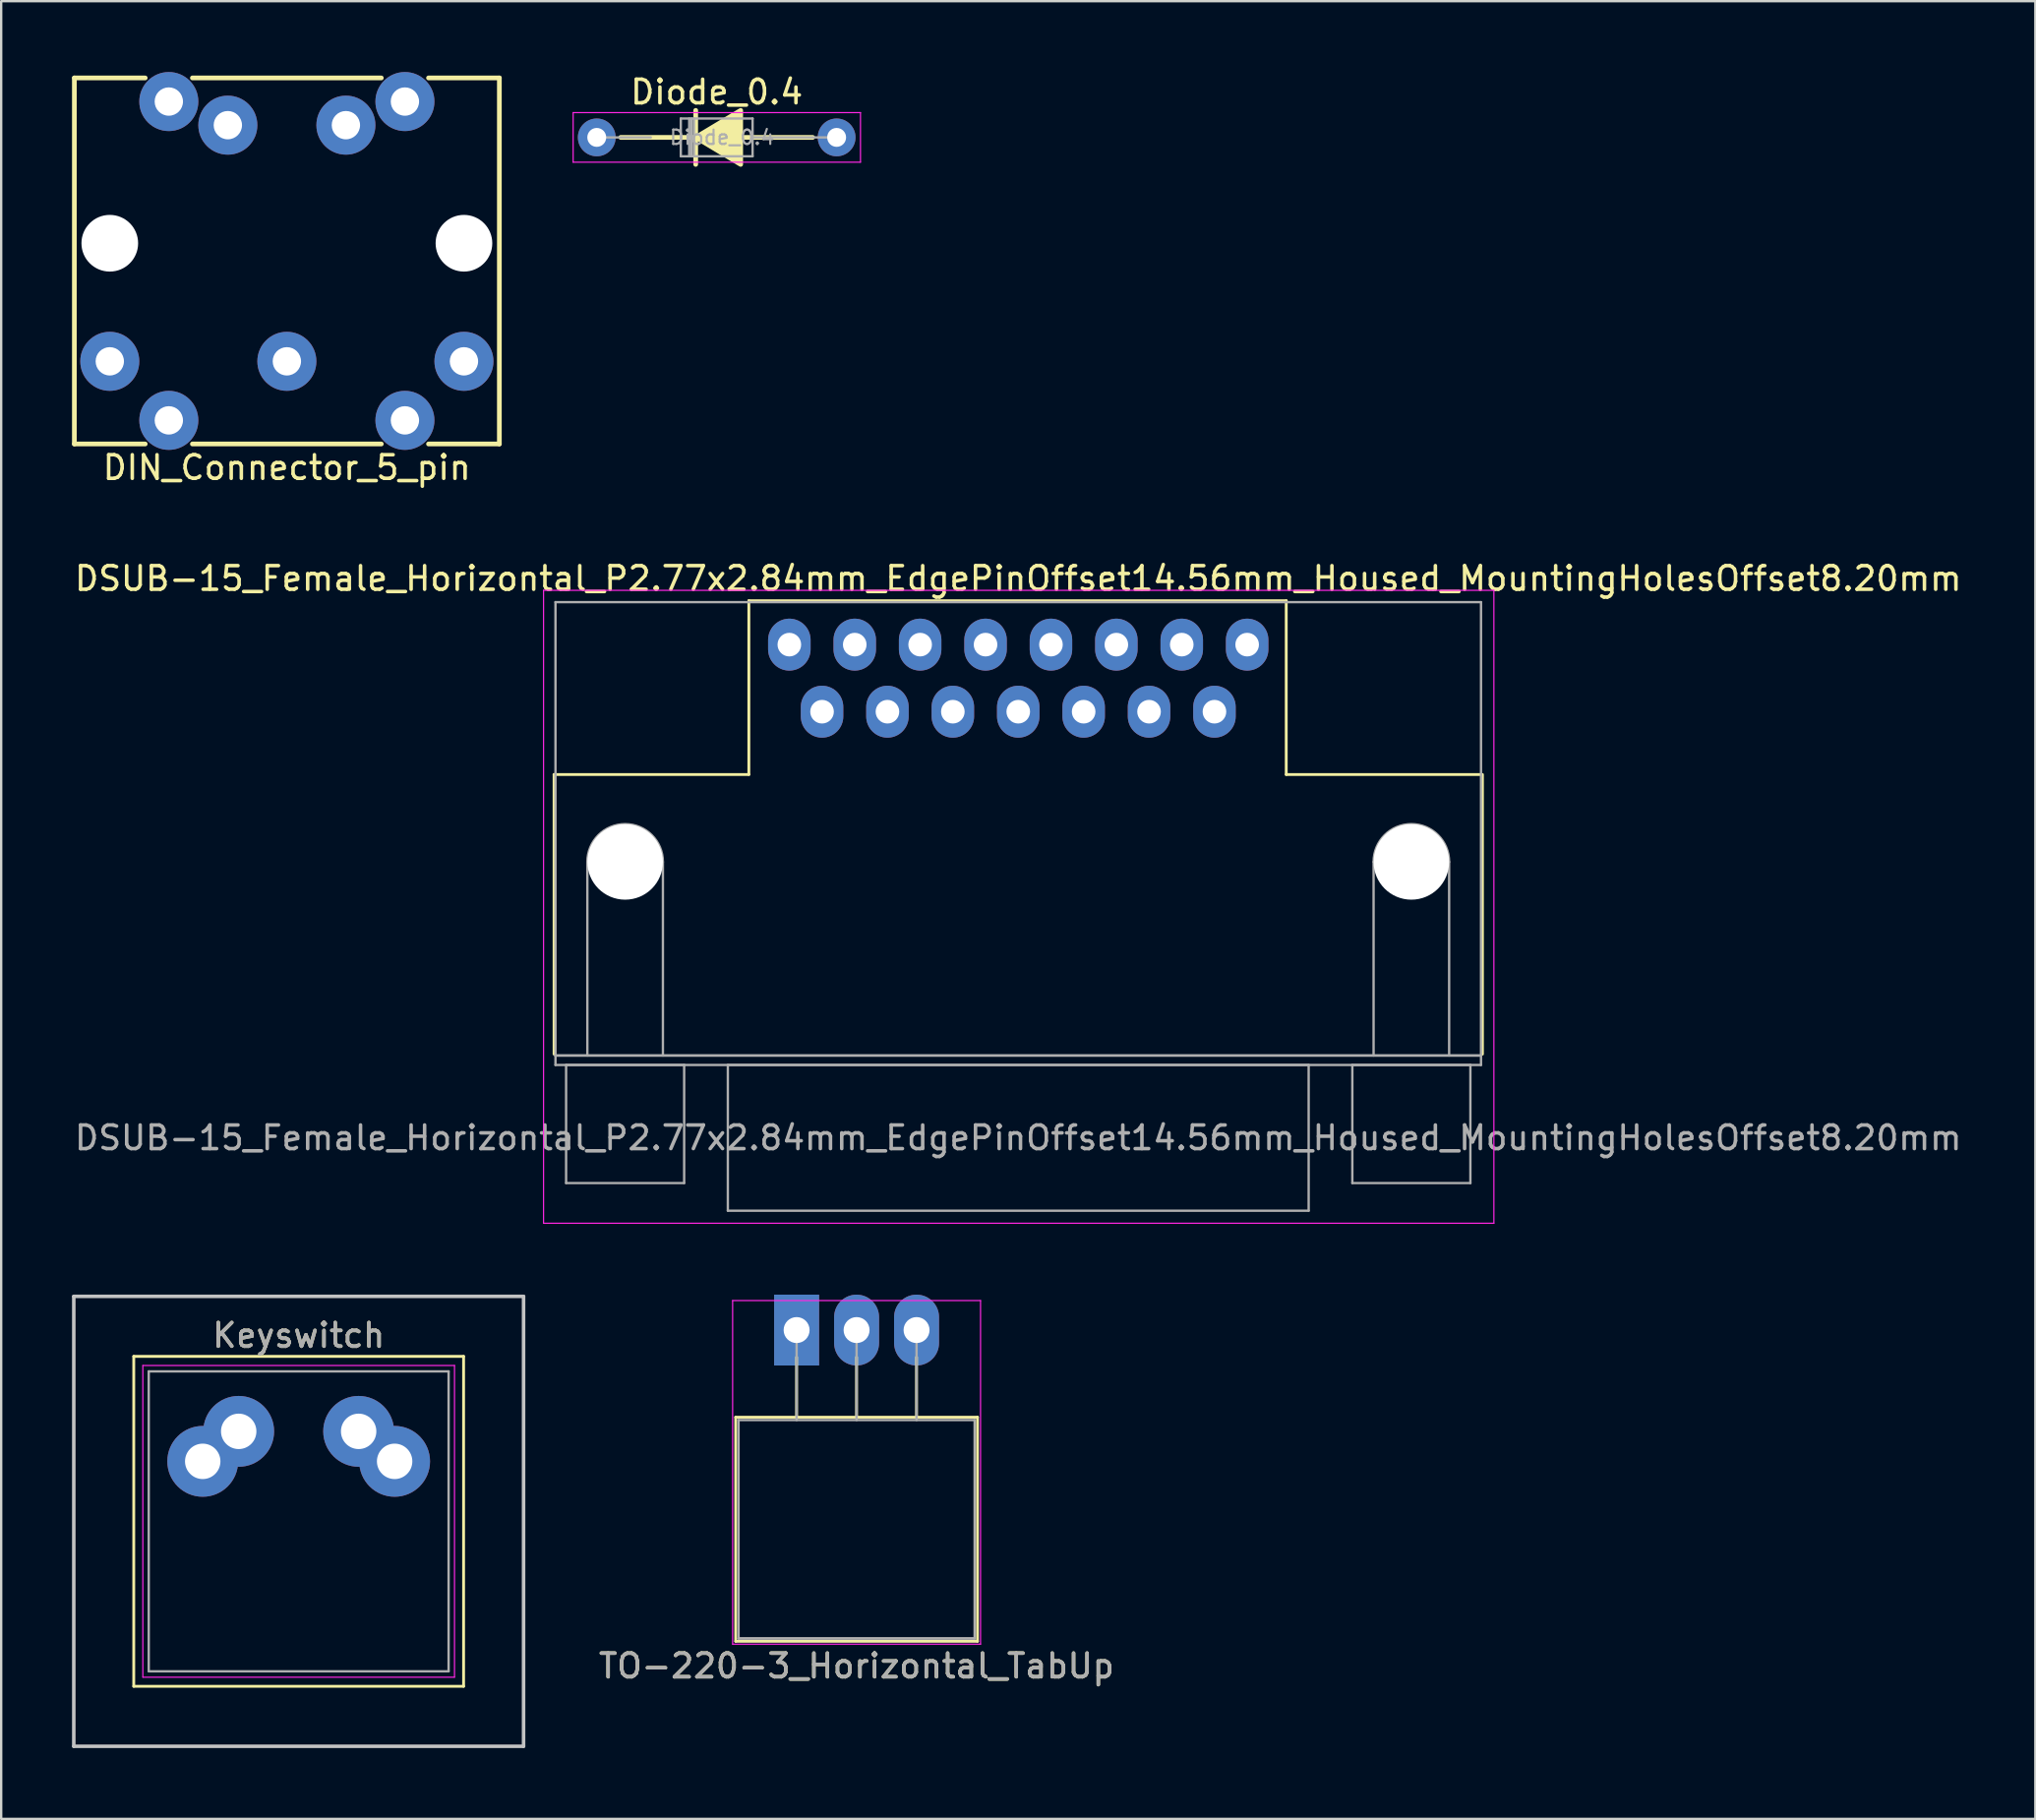
<source format=kicad_pcb>
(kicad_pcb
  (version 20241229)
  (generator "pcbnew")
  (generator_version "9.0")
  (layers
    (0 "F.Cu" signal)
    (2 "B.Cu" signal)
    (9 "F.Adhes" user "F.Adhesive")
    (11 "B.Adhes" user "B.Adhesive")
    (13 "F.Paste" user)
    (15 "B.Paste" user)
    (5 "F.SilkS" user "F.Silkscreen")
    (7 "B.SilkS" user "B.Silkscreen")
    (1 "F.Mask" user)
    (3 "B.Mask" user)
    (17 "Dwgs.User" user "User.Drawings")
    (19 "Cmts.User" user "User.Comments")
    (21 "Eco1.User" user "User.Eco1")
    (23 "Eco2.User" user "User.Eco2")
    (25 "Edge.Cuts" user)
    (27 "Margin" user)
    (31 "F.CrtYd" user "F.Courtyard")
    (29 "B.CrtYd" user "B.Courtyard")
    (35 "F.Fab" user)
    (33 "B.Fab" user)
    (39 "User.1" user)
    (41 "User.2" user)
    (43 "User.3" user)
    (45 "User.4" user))
  (footprint "DIN_Connector_5_pin"
    (layer "F.Cu")
    (at 9.1 12.25)
    (property "Reference" "DIN_Connector_5_pin" (at 0 4.5 0) (layer "F.SilkS") (effects (font (size 1 1) (thickness 0.15))))
    (attr through_hole)
    (fp_line (start -9 -12) (end -9 3.5) (stroke (width 0.2) (type solid)) (layer "F.SilkS"))
    (fp_line (start -9 -12) (end -6 -12) (stroke (width 0.2) (type solid)) (layer "F.SilkS"))
    (fp_line (start -9 3.5) (end -6 3.5) (stroke (width 0.2) (type solid)) (layer "F.SilkS"))
    (fp_line (start -4 -12) (end 4 -12) (stroke (width 0.2) (type solid)) (layer "F.SilkS"))
    (fp_line (start -4 3.5) (end 4 3.5) (stroke (width 0.2) (type solid)) (layer "F.SilkS"))
    (fp_line (start 6 -12) (end 9 -12) (stroke (width 0.2) (type solid)) (layer "F.SilkS"))
    (fp_line (start 6 3.5) (end 9 3.5) (stroke (width 0.2) (type solid)) (layer "F.SilkS"))
    (fp_line (start 9 3.5) (end 9 -12) (stroke (width 0.2) (type solid)) (layer "F.SilkS"))
    (pad "" np_thru_hole circle (at -7.5 -5) (size 2.4 2.4) (drill 2.4) (layers "*.Cu" "*.Mask"))
    (pad "" np_thru_hole circle (at 7.5 -5) (size 2.4 2.4) (drill 2.4) (layers "*.Cu" "*.Mask"))
    (pad "0" thru_hole circle (at -5 -11) (size 2.5 2.5) (drill 1.2) (layers "*.Cu" "*.Mask"))
    (pad "0" thru_hole circle (at -2.5 -10) (size 2.5 2.5) (drill 1.2) (layers "*.Cu" "*.Mask"))
    (pad "0" thru_hole circle (at 2.5 -10) (size 2.5 2.5) (drill 1.2) (layers "*.Cu" "*.Mask"))
    (pad "0" thru_hole circle (at 5 -11) (size 2.5 2.5) (drill 1.2) (layers "*.Cu" "*.Mask"))
    (pad "1" thru_hole circle (at -7.5 0) (size 2.5 2.5) (drill 1.2) (layers "*.Cu" "*.Mask"))
    (pad "2" thru_hole circle (at 0 0) (size 2.5 2.5) (drill 1.2) (layers "*.Cu" "*.Mask"))
    (pad "3" thru_hole circle (at 7.5 0) (size 2.5 2.5) (drill 1.2) (layers "*.Cu" "*.Mask"))
    (pad "4" thru_hole circle (at -5 2.5) (size 2.5 2.5) (drill 1.2) (layers "*.Cu" "*.Mask"))
    (pad "5" thru_hole circle (at 5 2.5) (size 2.5 2.5) (drill 1.2) (layers "*.Cu" "*.Mask")))
  (footprint "Diode_0.4"
    (layer "F.Cu")
    (at 22.225 2.768)
    (property "Reference" "Diode_0.4" (at 5.08 -1.92 0) (layer "F.SilkS") (effects (font (size 1 1) (thickness 0.15))))
    (attr through_hole)
    (fp_line (start 1.016 0) (end 9.144 0) (stroke (width 0.2) (type solid)) (layer "F.SilkS"))
    (fp_line (start 4.191 -1.143) (end 4.191 1.143) (stroke (width 0.2) (type solid)) (layer "F.SilkS"))
    (fp_poly (pts (xy 6.096 1.143) (xy 4.191 0) (xy 6.096 -1.143)) (stroke (width 0.2) (type solid)) (fill yes) (layer "F.SilkS"))
    (fp_line (start -1 -1.05) (end -1 1.05) (stroke (width 0.05) (type solid)) (layer "F.CrtYd"))
    (fp_line (start -1 1.05) (end 11.17 1.05) (stroke (width 0.05) (type solid)) (layer "F.CrtYd"))
    (fp_line (start 11.17 -1.05) (end -1 -1.05) (stroke (width 0.05) (type solid)) (layer "F.CrtYd"))
    (fp_line (start 11.17 1.05) (end 11.17 -1.05) (stroke (width 0.05) (type solid)) (layer "F.CrtYd"))
    (fp_line (start 0 0) (end 2.29 0) (stroke (width 0.1) (type solid)) (layer "F.Fab"))
    (fp_line (start 3.56 -0.8) (end 3.56 0.8) (stroke (width 0.1) (type solid)) (layer "F.Fab"))
    (fp_line (start 3.56 0.8) (end 6.6 0.8) (stroke (width 0.1) (type solid)) (layer "F.Fab"))
    (fp_line (start 3.916 -0.8) (end 3.916 0.8) (stroke (width 0.1) (type solid)) (layer "F.Fab"))
    (fp_line (start 4.016 -0.8) (end 4.016 0.8) (stroke (width 0.1) (type solid)) (layer "F.Fab"))
    (fp_line (start 4.116 -0.8) (end 4.116 0.8) (stroke (width 0.1) (type solid)) (layer "F.Fab"))
    (fp_line (start 6.6 -0.8) (end 3.56 -0.8) (stroke (width 0.1) (type solid)) (layer "F.Fab"))
    (fp_line (start 6.6 0.8) (end 6.6 -0.8) (stroke (width 0.1) (type solid)) (layer "F.Fab"))
    (fp_line (start 10.16 0) (end 6.6 0) (stroke (width 0.1) (type solid)) (layer "F.Fab"))
    (fp_text user "${REFERENCE}" (at 5.308 0 0) (layer "F.Fab") (effects (font (size 0.608 0.608) (thickness 0.091))))
    (pad "1" thru_hole circle (at 0 0) (size 1.6 1.6) (drill 0.8) (layers "*.Cu" "*.Mask"))
    (pad "2" thru_hole circle (at 10.16 0) (size 1.6 1.6) (drill 0.8) (layers "*.Cu" "*.Mask")))
  (footprint "Keyswitch"
    (layer "F.Cu")
    (at 9.6 61.371)
    (property "Reference" "Keyswitch" (at 0 -7.874 0) (layer "F.SilkS") (effects (font (size 1 1) (thickness 0.15))))
    (attr through_hole)
    (fp_line (start -6.985 -6.985) (end 6.985 -6.985) (stroke (width 0.12) (type solid)) (layer "F.SilkS"))
    (fp_line (start -6.985 6.985) (end -6.985 -6.985) (stroke (width 0.12) (type solid)) (layer "F.SilkS"))
    (fp_line (start 6.985 -6.985) (end 6.985 6.985) (stroke (width 0.12) (type solid)) (layer "F.SilkS"))
    (fp_line (start 6.985 6.985) (end -6.985 6.985) (stroke (width 0.12) (type solid)) (layer "F.SilkS"))
    (fp_line (start -9.525 -9.525) (end 9.525 -9.525) (stroke (width 0.15) (type solid)) (layer "Dwgs.User"))
    (fp_line (start -9.525 9.525) (end -9.525 -9.525) (stroke (width 0.15) (type solid)) (layer "Dwgs.User"))
    (fp_line (start 9.525 -9.525) (end 9.525 9.525) (stroke (width 0.15) (type solid)) (layer "Dwgs.User"))
    (fp_line (start 9.525 9.525) (end -9.525 9.525) (stroke (width 0.15) (type solid)) (layer "Dwgs.User"))
    (fp_line (start -6.6 -6.6) (end 6.6 -6.6) (stroke (width 0.05) (type solid)) (layer "F.CrtYd"))
    (fp_line (start -6.6 6.6) (end -6.6 -6.6) (stroke (width 0.05) (type solid)) (layer "F.CrtYd"))
    (fp_line (start 6.6 -6.6) (end 6.6 6.6) (stroke (width 0.05) (type solid)) (layer "F.CrtYd"))
    (fp_line (start 6.6 6.6) (end -6.6 6.6) (stroke (width 0.05) (type solid)) (layer "F.CrtYd"))
    (fp_line (start -6.35 -6.35) (end 6.35 -6.35) (stroke (width 0.1) (type solid)) (layer "F.Fab"))
    (fp_line (start -6.35 6.35) (end -6.35 -6.35) (stroke (width 0.1) (type solid)) (layer "F.Fab"))
    (fp_line (start 6.35 -6.35) (end 6.35 6.35) (stroke (width 0.1) (type solid)) (layer "F.Fab"))
    (fp_line (start 6.35 6.35) (end -6.35 6.35) (stroke (width 0.1) (type solid)) (layer "F.Fab"))
    (fp_text user "${REFERENCE}" (at 0 -7.874 0) (layer "F.Fab") (effects (font (size 1 1) (thickness 0.15))))
    (pad "1" thru_hole circle (at 2.54 -3.81) (size 3 3) (drill 1.5) (layers "*.Cu" "*.Mask"))
    (pad "1" thru_hole circle (at 4.064 -2.54) (size 3 3) (drill 1.5) (layers "*.Cu" "*.Mask"))
    (pad "2" thru_hole circle (at -4.064 -2.54) (size 3 3) (drill 1.5) (layers "*.Cu" "*.Mask"))
    (pad "2" thru_hole circle (at -2.54 -3.81) (size 3 3) (drill 1.5) (layers "*.Cu" "*.Mask")))
  (footprint "TO-220-3_Horizontal_TabUp"
    (layer "F.Cu")
    (at 33.23 53.272)
    (property "Reference" "TO-220-3_Horizontal_TabUp" (at 0 14.224 0) (layer "F.SilkS") (effects (font (size 1 1) (thickness 0.15))))
    (attr through_hole)
    (fp_line (start -5.12 3.69) (end -5.12 13.18) (stroke (width 0.12) (type solid)) (layer "F.SilkS"))
    (fp_line (start -5.12 3.69) (end 5.12 3.69) (stroke (width 0.12) (type solid)) (layer "F.SilkS"))
    (fp_line (start -5.12 13.18) (end 5.12 13.18) (stroke (width 0.12) (type solid)) (layer "F.SilkS"))
    (fp_line (start -2.54 1.15) (end -2.54 3.69) (stroke (width 0.12) (type solid)) (layer "F.SilkS"))
    (fp_line (start 0 1.15) (end 0 3.69) (stroke (width 0.12) (type solid)) (layer "F.SilkS"))
    (fp_line (start 2.54 1.15) (end 2.54 3.69) (stroke (width 0.12) (type solid)) (layer "F.SilkS"))
    (fp_line (start 5.12 3.69) (end 5.12 13.18) (stroke (width 0.12) (type solid)) (layer "F.SilkS"))
    (fp_line (start -5.25 -1.25) (end -5.25 13.3) (stroke (width 0.05) (type solid)) (layer "F.CrtYd"))
    (fp_line (start -5.25 13.3) (end 5.25 13.3) (stroke (width 0.05) (type solid)) (layer "F.CrtYd"))
    (fp_line (start 5.25 -1.25) (end -5.25 -1.25) (stroke (width 0.05) (type solid)) (layer "F.CrtYd"))
    (fp_line (start 5.25 13.3) (end 5.25 -1.25) (stroke (width 0.05) (type solid)) (layer "F.CrtYd"))
    (fp_line (start -5 3.81) (end -5 13.06) (stroke (width 0.1) (type solid)) (layer "F.Fab"))
    (fp_line (start -5 13.06) (end 5 13.06) (stroke (width 0.1) (type solid)) (layer "F.Fab"))
    (fp_line (start -2.54 3.81) (end -2.54 0) (stroke (width 0.1) (type solid)) (layer "F.Fab"))
    (fp_line (start 0 3.81) (end 0 0) (stroke (width 0.1) (type solid)) (layer "F.Fab"))
    (fp_line (start 2.54 3.81) (end 2.54 0) (stroke (width 0.1) (type solid)) (layer "F.Fab"))
    (fp_line (start 5 3.81) (end -5 3.81) (stroke (width 0.1) (type solid)) (layer "F.Fab"))
    (fp_line (start 5 13.06) (end -5 13.06) (stroke (width 0.1) (type solid)) (layer "F.Fab"))
    (fp_line (start 5 13.06) (end 5 3.81) (stroke (width 0.1) (type solid)) (layer "F.Fab"))
    (fp_text user "${REFERENCE}" (at 0 14.224 0) (layer "F.Fab") (effects (font (size 1 1) (thickness 0.15))))
    (pad "1" thru_hole rect (at -2.54 0) (size 1.905 3) (drill 1.1) (layers "*.Cu" "*.Mask"))
    (pad "2" thru_hole oval (at 0 0) (size 1.905 3) (drill 1.1) (layers "*.Cu" "*.Mask"))
    (pad "3" thru_hole oval (at 2.54 0) (size 1.905 3) (drill 1.1) (layers "*.Cu" "*.Mask")))
  (footprint "DSUB-15_Female_Horizontal_P2.77x2.84mm_EdgePinOffset14.56mm_Housed_MountingHolesOffset8.20mm"
    (layer "F.Cu")
    (at 49.772 24.247)
    (property "Reference" "DSUB-15_Female_Horizontal_P2.77x2.84mm_EdgePinOffset14.56mm_Housed_MountingHolesOffset8.20mm" (at -9.695 -2.8 0) (layer "F.SilkS") (effects (font (size 1 1) (thickness 0.15))))
    (attr through_hole)
    (fp_line (start -29.355 5.5) (end -21.105 5.5) (stroke (width 0.12) (type solid)) (layer "F.SilkS"))
    (fp_line (start -29.355 17.34) (end -29.355 5.5) (stroke (width 0.12) (type solid)) (layer "F.SilkS"))
    (fp_line (start -21.105 -1.86) (end 1.655 -1.86) (stroke (width 0.12) (type solid)) (layer "F.SilkS"))
    (fp_line (start -21.105 5.5) (end -21.105 -1.86) (stroke (width 0.12) (type solid)) (layer "F.SilkS"))
    (fp_line (start 1.655 -1.86) (end 1.655 5.5) (stroke (width 0.12) (type solid)) (layer "F.SilkS"))
    (fp_line (start 1.655 5.5) (end 9.905 5.5) (stroke (width 0.12) (type solid)) (layer "F.SilkS"))
    (fp_line (start 9.965 5.5) (end 9.965 17.34) (stroke (width 0.12) (type solid)) (layer "F.SilkS"))
    (fp_line (start -29.8 -2.3) (end -29.8 24.5) (stroke (width 0.05) (type solid)) (layer "F.CrtYd"))
    (fp_line (start -29.8 24.5) (end 10.45 24.5) (stroke (width 0.05) (type solid)) (layer "F.CrtYd"))
    (fp_line (start 10.45 -2.3) (end -29.8 -2.3) (stroke (width 0.05) (type solid)) (layer "F.CrtYd"))
    (fp_line (start 10.45 24.5) (end 10.45 -2.3) (stroke (width 0.05) (type solid)) (layer "F.CrtYd"))
    (fp_line (start -29.295 -1.8) (end -29.295 17.4) (stroke (width 0.1) (type solid)) (layer "F.Fab"))
    (fp_line (start -29.295 17.4) (end -29.295 17.8) (stroke (width 0.1) (type solid)) (layer "F.Fab"))
    (fp_line (start -29.295 17.4) (end 9.905 17.4) (stroke (width 0.1) (type solid)) (layer "F.Fab"))
    (fp_line (start -29.295 17.8) (end 9.905 17.8) (stroke (width 0.1) (type solid)) (layer "F.Fab"))
    (fp_line (start -28.845 17.8) (end -28.845 22.8) (stroke (width 0.1) (type solid)) (layer "F.Fab"))
    (fp_line (start -28.845 22.8) (end -23.845 22.8) (stroke (width 0.1) (type solid)) (layer "F.Fab"))
    (fp_line (start -27.945 17.4) (end -27.945 9.2) (stroke (width 0.1) (type solid)) (layer "F.Fab"))
    (fp_line (start -24.745 17.4) (end -24.745 9.2) (stroke (width 0.1) (type solid)) (layer "F.Fab"))
    (fp_line (start -23.845 17.8) (end -28.845 17.8) (stroke (width 0.1) (type solid)) (layer "F.Fab"))
    (fp_line (start -23.845 22.8) (end -23.845 17.8) (stroke (width 0.1) (type solid)) (layer "F.Fab"))
    (fp_line (start -21.995 17.8) (end -21.995 23.97) (stroke (width 0.1) (type solid)) (layer "F.Fab"))
    (fp_line (start -21.995 23.97) (end 2.605 23.97) (stroke (width 0.1) (type solid)) (layer "F.Fab"))
    (fp_line (start 2.605 17.8) (end -21.995 17.8) (stroke (width 0.1) (type solid)) (layer "F.Fab"))
    (fp_line (start 2.605 23.97) (end 2.605 17.8) (stroke (width 0.1) (type solid)) (layer "F.Fab"))
    (fp_line (start 4.455 17.8) (end 4.455 22.8) (stroke (width 0.1) (type solid)) (layer "F.Fab"))
    (fp_line (start 4.455 22.8) (end 9.455 22.8) (stroke (width 0.1) (type solid)) (layer "F.Fab"))
    (fp_line (start 5.355 17.4) (end 5.355 9.2) (stroke (width 0.1) (type solid)) (layer "F.Fab"))
    (fp_line (start 8.555 17.4) (end 8.555 9.2) (stroke (width 0.1) (type solid)) (layer "F.Fab"))
    (fp_line (start 9.455 17.8) (end 4.455 17.8) (stroke (width 0.1) (type solid)) (layer "F.Fab"))
    (fp_line (start 9.455 22.8) (end 9.455 17.8) (stroke (width 0.1) (type solid)) (layer "F.Fab"))
    (fp_line (start 9.905 -1.8) (end -29.295 -1.8) (stroke (width 0.1) (type solid)) (layer "F.Fab"))
    (fp_line (start 9.905 17.4) (end -29.295 17.4) (stroke (width 0.1) (type solid)) (layer "F.Fab"))
    (fp_line (start 9.905 17.4) (end 9.905 -1.8) (stroke (width 0.1) (type solid)) (layer "F.Fab"))
    (fp_line (start 9.905 17.8) (end 9.905 17.4) (stroke (width 0.1) (type solid)) (layer "F.Fab"))
    (fp_arc (start -27.945 9.2) (mid -26.345 7.6) (end -24.745 9.2) (stroke (width 0.1) (type solid)) (layer "F.Fab"))
    (fp_arc (start 5.355 9.2) (mid 6.955 7.6) (end 8.555 9.2) (stroke (width 0.1) (type solid)) (layer "F.Fab"))
    (fp_text user "${REFERENCE}" (at -9.695 20.885 0) (layer "F.Fab") (effects (font (size 1 1) (thickness 0.15))))
    (pad "" np_thru_hole circle (at -26.345 9.2) (size 3.2 3.2) (drill 3.2) (layers "*.Cu" "*.Mask"))
    (pad "" np_thru_hole circle (at 6.955 9.2) (size 3.2 3.2) (drill 3.2) (layers "*.Cu" "*.Mask"))
    (pad "1" thru_hole oval (at 0 0) (size 1.8 2.2) (drill 1) (layers "*.Cu" "*.Mask"))
    (pad "2" thru_hole oval (at -2.77 0) (size 1.8 2.2) (drill 1) (layers "*.Cu" "*.Mask"))
    (pad "3" thru_hole oval (at -5.54 0) (size 1.8 2.2) (drill 1) (layers "*.Cu" "*.Mask"))
    (pad "4" thru_hole oval (at -8.31 0) (size 1.8 2.2) (drill 1) (layers "*.Cu" "*.Mask"))
    (pad "5" thru_hole oval (at -11.08 0) (size 1.8 2.2) (drill 1) (layers "*.Cu" "*.Mask"))
    (pad "6" thru_hole oval (at -13.85 0) (size 1.8 2.2) (drill 1) (layers "*.Cu" "*.Mask"))
    (pad "7" thru_hole oval (at -16.62 0) (size 1.8 2.2) (drill 1) (layers "*.Cu" "*.Mask"))
    (pad "8" thru_hole oval (at -19.39 0) (size 1.8 2.2) (drill 1) (layers "*.Cu" "*.Mask"))
    (pad "9" thru_hole oval (at -1.385 2.84) (size 1.8 2.2) (drill 1) (layers "*.Cu" "*.Mask"))
    (pad "10" thru_hole oval (at -4.155 2.84) (size 1.8 2.2) (drill 1) (layers "*.Cu" "*.Mask"))
    (pad "11" thru_hole oval (at -6.925 2.84) (size 1.8 2.2) (drill 1) (layers "*.Cu" "*.Mask"))
    (pad "12" thru_hole oval (at -9.695 2.84) (size 1.8 2.2) (drill 1) (layers "*.Cu" "*.Mask"))
    (pad "13" thru_hole oval (at -12.465 2.84) (size 1.8 2.2) (drill 1) (layers "*.Cu" "*.Mask"))
    (pad "14" thru_hole oval (at -15.235 2.84) (size 1.8 2.2) (drill 1) (layers "*.Cu" "*.Mask"))
    (pad "15" thru_hole oval (at -18.005 2.84) (size 1.8 2.2) (drill 1) (layers "*.Cu" "*.Mask")))
  (gr_rect
    (start -3 -3)
    (end 83.155 73.972)
    (stroke (width 0.1) (type default))
    (fill no)
    (layer "Edge.Cuts")))
</source>
